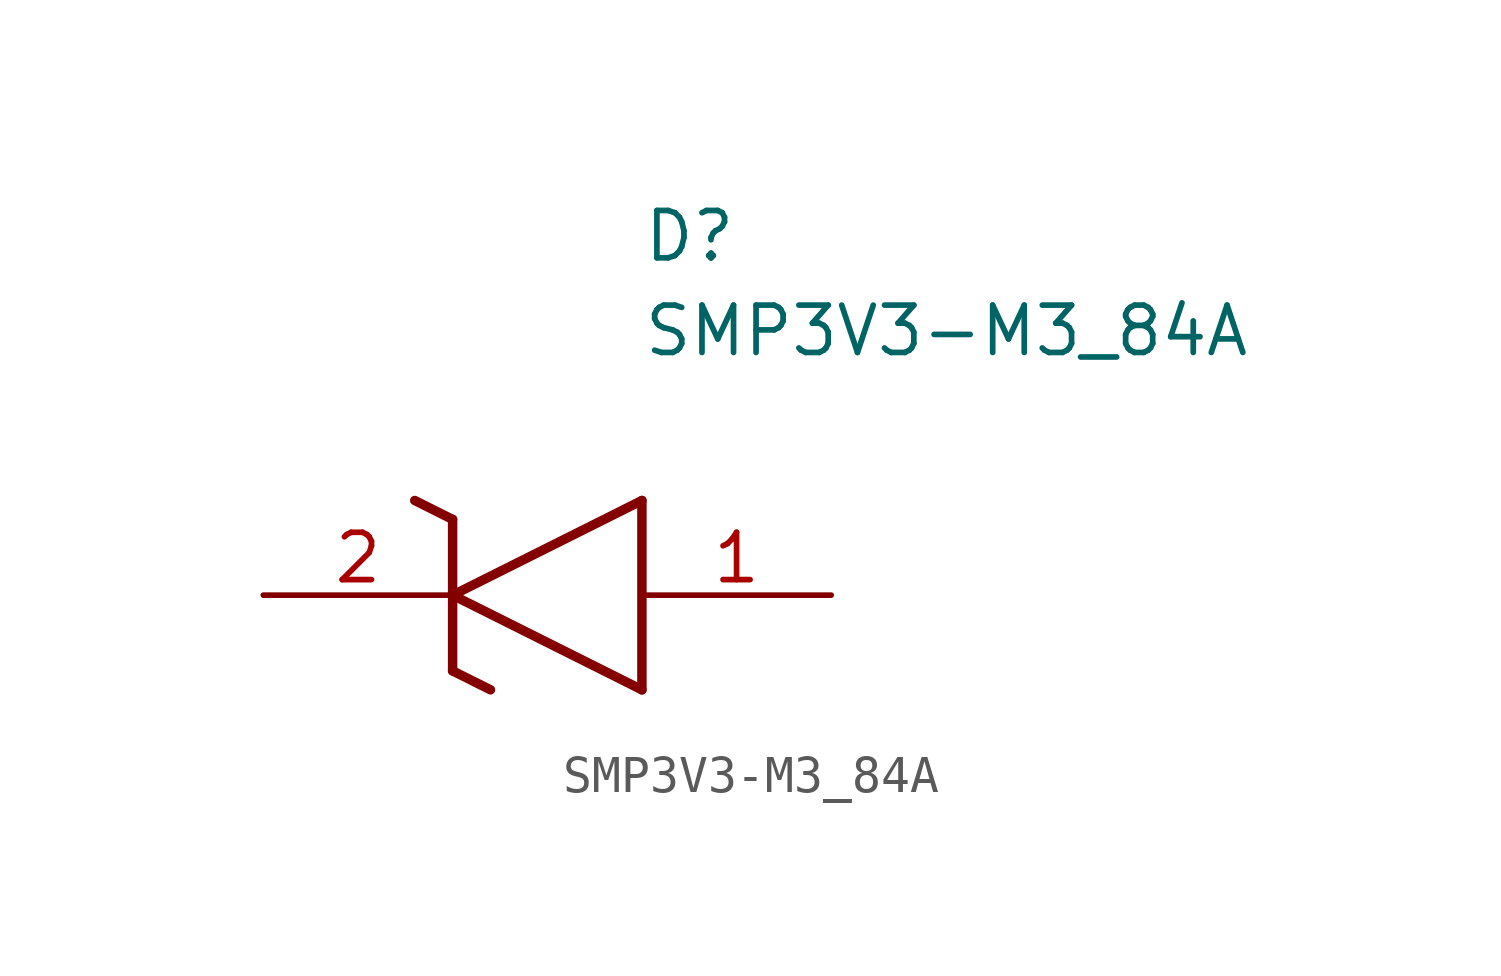
<source format=kicad_sym>
(kicad_symbol_lib
  (version 20211014)
  (generator SamacSys_ECAD_Model)
  (symbol "SMP3V3-M3_84A"
    (pin_names hide)
    (property "Reference" "D"
      (at 10.16 8.89 0)
      (effects (font (size 1.27 1.27)) (justify left bottom)))
    (property "Value" "SMP3V3-M3_84A"
      (at 10.16 6.35 0)
      (effects (font (size 1.27 1.27)) (justify left bottom)))
    (polyline
      (pts (xy 5.08 0) (xy 10.16 2.54))
      (stroke (width 0.254) (type default))
      (fill (type none)))
    (polyline
      (pts (xy 10.16 -2.54) (xy 10.16 2.54))
      (stroke (width 0.254) (type default))
      (fill (type none)))
    (polyline
      (pts (xy 10.16 -2.54) (xy 5.08 0))
      (stroke (width 0.254) (type default))
      (fill (type none)))
    (polyline
      (pts (xy 5.08 -2.032) (xy 6.096 -2.54))
      (stroke (width 0.254) (type default))
      (fill (type none)))
    (polyline
      (pts (xy 5.08 -2.032) (xy 5.08 2.032))
      (stroke (width 0.254) (type default))
      (fill (type none)))
    (polyline
      (pts (xy 4.064 2.54) (xy 5.08 2.032))
      (stroke (width 0.254) (type default))
      (fill (type none)))
    (pin passive line
      (at 0 0 0)
      (length 5.08)
      (name "K" (effects (font (size 1.27 1.27))))
      (number "2" (effects (font (size 1.27 1.27)))))
    (pin passive line
      (at 15.24 0 180)
      (length 5.08)
      (name "A" (effects (font (size 1.27 1.27))))
      (number "1" (effects (font (size 1.27 1.27)))))))
</source>
